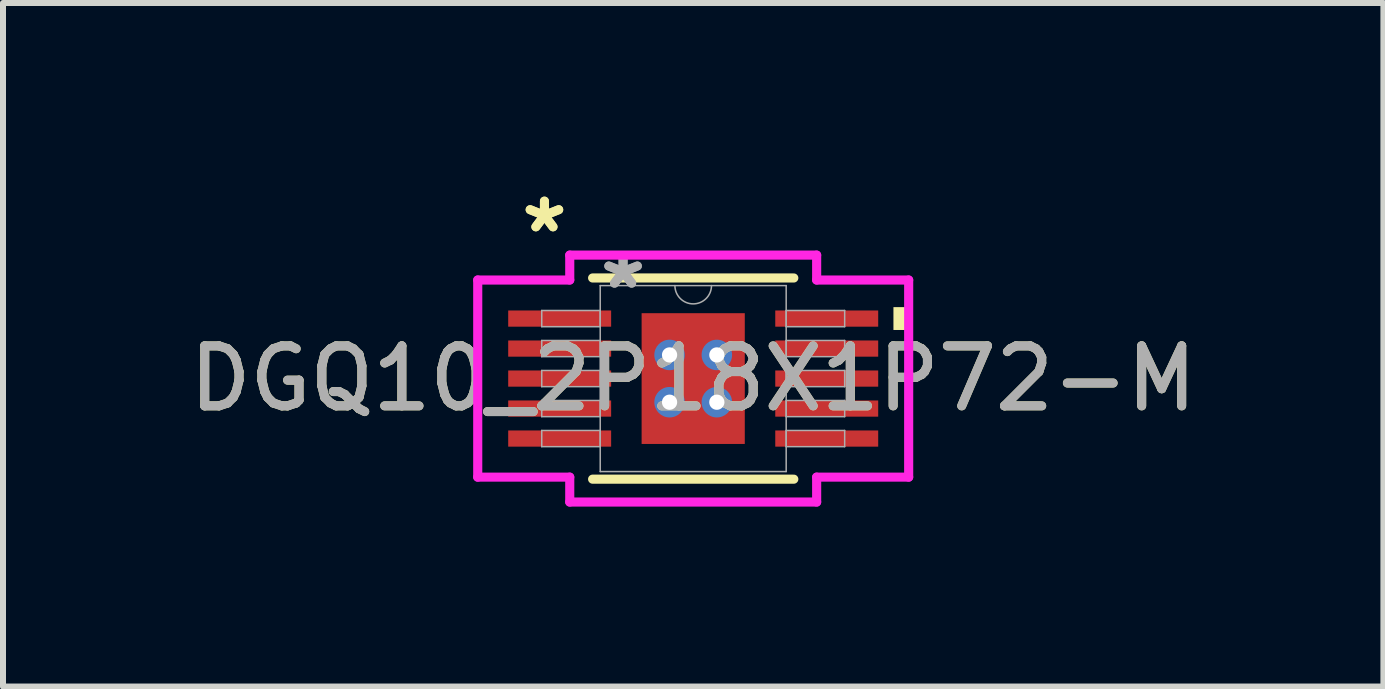
<source format=kicad_pcb>
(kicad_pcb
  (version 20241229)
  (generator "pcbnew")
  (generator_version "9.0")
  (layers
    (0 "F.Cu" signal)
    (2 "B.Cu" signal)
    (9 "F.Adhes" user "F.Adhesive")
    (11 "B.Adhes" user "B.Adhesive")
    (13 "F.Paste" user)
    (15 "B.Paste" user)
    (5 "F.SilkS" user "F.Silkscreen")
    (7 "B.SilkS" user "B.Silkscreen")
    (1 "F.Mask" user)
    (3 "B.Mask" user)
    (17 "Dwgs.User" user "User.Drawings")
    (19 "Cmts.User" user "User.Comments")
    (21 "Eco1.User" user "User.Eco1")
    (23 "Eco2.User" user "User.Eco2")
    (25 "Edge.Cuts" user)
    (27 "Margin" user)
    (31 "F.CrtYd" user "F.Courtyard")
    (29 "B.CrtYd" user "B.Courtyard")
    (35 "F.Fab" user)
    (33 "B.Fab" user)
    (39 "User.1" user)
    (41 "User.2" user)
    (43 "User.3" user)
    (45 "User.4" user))
  (footprint "DGQ10_2P18X1P72-M"
    (layer "F.Cu")
    (at 8.506 3.261)
    (property "Reference" "DGQ10_2P18X1P72-M" (at 0 0 0) (unlocked yes) (layer "F.SilkS") (effects (font (size 1 1) (thickness 0.15))))
    (attr smd)
    (fp_poly (pts (xy -0.923 -1.153) (xy -0.594 -1.153) (xy -0.594 1.153) (xy -0.923 1.153)) (stroke (width 0) (type solid)) (fill yes) (layer "F.Mask"))
    (fp_poly (pts (xy -0.923 -1.153) (xy 0.923 -1.153) (xy 0.923 -0.594) (xy -0.923 -0.594)) (stroke (width 0) (type solid)) (fill yes) (layer "F.Mask"))
    (fp_poly (pts (xy -0.923 -0.194) (xy 0.923 -0.194) (xy 0.923 0.194) (xy -0.923 0.194)) (stroke (width 0) (type solid)) (fill yes) (layer "F.Mask"))
    (fp_poly (pts (xy -0.923 0.594) (xy 0.923 0.594) (xy 0.923 1.153) (xy -0.923 1.153)) (stroke (width 0) (type solid)) (fill yes) (layer "F.Mask"))
    (fp_poly (pts (xy 0.194 -1.153) (xy -0.194 -1.153) (xy -0.194 1.153) (xy 0.194 1.153)) (stroke (width 0) (type solid)) (fill yes) (layer "F.Mask"))
    (fp_poly (pts (xy 0.594 -1.153) (xy 0.923 -1.153) (xy 0.923 1.153) (xy 0.594 1.153)) (stroke (width 0) (type solid)) (fill yes) (layer "F.Mask"))
    (fp_line (start -1.677 1.677) (end 1.677 1.677) (stroke (width 0.152) (type solid)) (layer "F.SilkS"))
    (fp_line (start 1.677 -1.677) (end -1.677 -1.677) (stroke (width 0.152) (type solid)) (layer "F.SilkS"))
    (fp_poly (pts (xy 3.592 -1.191) (xy 3.592 -0.81) (xy 3.338 -0.81) (xy 3.338 -1.191)) (stroke (width 0) (type solid)) (fill yes) (layer "F.SilkS"))
    (fp_poly (pts (xy -0.785 -1.015) (xy -0.785 -0.494) (xy -0.635 -0.494) (xy -0.494 -0.635) (xy -0.494 -1.015)) (stroke (width 0) (type solid)) (fill yes) (layer "F.Paste"))
    (fp_poly (pts (xy -0.785 0.494) (xy -0.785 1.015) (xy -0.494 1.015) (xy -0.494 0.635) (xy -0.635 0.494)) (stroke (width 0) (type solid)) (fill yes) (layer "F.Paste"))
    (fp_poly (pts (xy 0.494 -1.015) (xy 0.494 -0.635) (xy 0.635 -0.494) (xy 0.785 -0.494) (xy 0.785 -1.015)) (stroke (width 0) (type solid)) (fill yes) (layer "F.Paste"))
    (fp_poly (pts (xy 0.635 0.494) (xy 0.494 0.635) (xy 0.494 1.015) (xy 0.785 1.015) (xy 0.785 0.494)) (stroke (width 0) (type solid)) (fill yes) (layer "F.Paste"))
    (fp_poly (pts (xy -0.785 -0.294) (xy -0.785 0.294) (xy -0.635 0.294) (xy -0.494 0.152) (xy -0.494 -0.152) (xy -0.635 -0.294)) (stroke (width 0) (type solid)) (fill yes) (layer "F.Paste"))
    (fp_poly (pts (xy -0.294 -1.015) (xy -0.294 -0.635) (xy -0.152 -0.494) (xy 0.152 -0.494) (xy 0.294 -0.635) (xy 0.294 -1.015)) (stroke (width 0) (type solid)) (fill yes) (layer "F.Paste"))
    (fp_poly (pts (xy -0.152 0.494) (xy -0.294 0.635) (xy -0.294 1.015) (xy 0.294 1.015) (xy 0.294 0.635) (xy 0.152 0.494)) (stroke (width 0) (type solid)) (fill yes) (layer "F.Paste"))
    (fp_poly (pts (xy 0.635 -0.294) (xy 0.494 -0.152) (xy 0.494 0.152) (xy 0.635 0.294) (xy 0.785 0.294) (xy 0.785 -0.294)) (stroke (width 0) (type solid)) (fill yes) (layer "F.Paste"))
    (fp_poly (pts (xy -0.152 -0.294) (xy -0.294 -0.152) (xy -0.294 0.152) (xy -0.152 0.294) (xy 0.152 0.294) (xy 0.294 0.152) (xy 0.294 -0.152) (xy 0.152 -0.294)) (stroke (width 0) (type solid)) (fill yes) (layer "F.Paste"))
    (fp_line (start -3.592 -1.643) (end -2.058 -1.643) (stroke (width 0.152) (type solid)) (layer "F.CrtYd"))
    (fp_line (start -3.592 1.643) (end -3.592 -1.643) (stroke (width 0.152) (type solid)) (layer "F.CrtYd"))
    (fp_line (start -3.592 1.643) (end -2.058 1.643) (stroke (width 0.152) (type solid)) (layer "F.CrtYd"))
    (fp_line (start -2.058 -2.058) (end 2.058 -2.058) (stroke (width 0.152) (type solid)) (layer "F.CrtYd"))
    (fp_line (start -2.058 -1.643) (end -2.058 -2.058) (stroke (width 0.152) (type solid)) (layer "F.CrtYd"))
    (fp_line (start -2.058 2.058) (end -2.058 1.643) (stroke (width 0.152) (type solid)) (layer "F.CrtYd"))
    (fp_line (start 2.058 -2.058) (end 2.058 -1.643) (stroke (width 0.152) (type solid)) (layer "F.CrtYd"))
    (fp_line (start 2.058 1.643) (end 2.058 2.058) (stroke (width 0.152) (type solid)) (layer "F.CrtYd"))
    (fp_line (start 2.058 2.058) (end -2.058 2.058) (stroke (width 0.152) (type solid)) (layer "F.CrtYd"))
    (fp_line (start 3.592 -1.643) (end 2.058 -1.643) (stroke (width 0.152) (type solid)) (layer "F.CrtYd"))
    (fp_line (start 3.592 -1.643) (end 3.592 1.643) (stroke (width 0.152) (type solid)) (layer "F.CrtYd"))
    (fp_line (start 3.592 1.643) (end 2.058 1.643) (stroke (width 0.152) (type solid)) (layer "F.CrtYd"))
    (fp_line (start -2.525 -1.135) (end -2.525 -0.865) (stroke (width 0.025) (type solid)) (layer "F.Fab"))
    (fp_line (start -2.525 -0.865) (end -1.55 -0.865) (stroke (width 0.025) (type solid)) (layer "F.Fab"))
    (fp_line (start -2.525 -0.635) (end -2.525 -0.365) (stroke (width 0.025) (type solid)) (layer "F.Fab"))
    (fp_line (start -2.525 -0.365) (end -1.55 -0.365) (stroke (width 0.025) (type solid)) (layer "F.Fab"))
    (fp_line (start -2.525 -0.135) (end -2.525 0.135) (stroke (width 0.025) (type solid)) (layer "F.Fab"))
    (fp_line (start -2.525 0.135) (end -1.55 0.135) (stroke (width 0.025) (type solid)) (layer "F.Fab"))
    (fp_line (start -2.525 0.365) (end -2.525 0.635) (stroke (width 0.025) (type solid)) (layer "F.Fab"))
    (fp_line (start -2.525 0.635) (end -1.55 0.635) (stroke (width 0.025) (type solid)) (layer "F.Fab"))
    (fp_line (start -2.525 0.865) (end -2.525 1.135) (stroke (width 0.025) (type solid)) (layer "F.Fab"))
    (fp_line (start -2.525 1.135) (end -1.55 1.135) (stroke (width 0.025) (type solid)) (layer "F.Fab"))
    (fp_line (start -1.55 -1.55) (end -1.55 1.55) (stroke (width 0.025) (type solid)) (layer "F.Fab"))
    (fp_line (start -1.55 -1.135) (end -2.525 -1.135) (stroke (width 0.025) (type solid)) (layer "F.Fab"))
    (fp_line (start -1.55 -0.865) (end -1.55 -1.135) (stroke (width 0.025) (type solid)) (layer "F.Fab"))
    (fp_line (start -1.55 -0.635) (end -2.525 -0.635) (stroke (width 0.025) (type solid)) (layer "F.Fab"))
    (fp_line (start -1.55 -0.365) (end -1.55 -0.635) (stroke (width 0.025) (type solid)) (layer "F.Fab"))
    (fp_line (start -1.55 -0.135) (end -2.525 -0.135) (stroke (width 0.025) (type solid)) (layer "F.Fab"))
    (fp_line (start -1.55 0.135) (end -1.55 -0.135) (stroke (width 0.025) (type solid)) (layer "F.Fab"))
    (fp_line (start -1.55 0.365) (end -2.525 0.365) (stroke (width 0.025) (type solid)) (layer "F.Fab"))
    (fp_line (start -1.55 0.635) (end -1.55 0.365) (stroke (width 0.025) (type solid)) (layer "F.Fab"))
    (fp_line (start -1.55 0.865) (end -2.525 0.865) (stroke (width 0.025) (type solid)) (layer "F.Fab"))
    (fp_line (start -1.55 1.135) (end -1.55 0.865) (stroke (width 0.025) (type solid)) (layer "F.Fab"))
    (fp_line (start -1.55 1.55) (end 1.55 1.55) (stroke (width 0.025) (type solid)) (layer "F.Fab"))
    (fp_line (start 1.55 -1.55) (end -1.55 -1.55) (stroke (width 0.025) (type solid)) (layer "F.Fab"))
    (fp_line (start 1.55 -1.135) (end 1.55 -0.865) (stroke (width 0.025) (type solid)) (layer "F.Fab"))
    (fp_line (start 1.55 -0.865) (end 2.525 -0.865) (stroke (width 0.025) (type solid)) (layer "F.Fab"))
    (fp_line (start 1.55 -0.635) (end 1.55 -0.365) (stroke (width 0.025) (type solid)) (layer "F.Fab"))
    (fp_line (start 1.55 -0.365) (end 2.525 -0.365) (stroke (width 0.025) (type solid)) (layer "F.Fab"))
    (fp_line (start 1.55 -0.135) (end 1.55 0.135) (stroke (width 0.025) (type solid)) (layer "F.Fab"))
    (fp_line (start 1.55 0.135) (end 2.525 0.135) (stroke (width 0.025) (type solid)) (layer "F.Fab"))
    (fp_line (start 1.55 0.365) (end 1.55 0.635) (stroke (width 0.025) (type solid)) (layer "F.Fab"))
    (fp_line (start 1.55 0.635) (end 2.525 0.635) (stroke (width 0.025) (type solid)) (layer "F.Fab"))
    (fp_line (start 1.55 0.865) (end 1.55 1.135) (stroke (width 0.025) (type solid)) (layer "F.Fab"))
    (fp_line (start 1.55 1.135) (end 2.525 1.135) (stroke (width 0.025) (type solid)) (layer "F.Fab"))
    (fp_line (start 1.55 1.55) (end 1.55 -1.55) (stroke (width 0.025) (type solid)) (layer "F.Fab"))
    (fp_line (start 2.525 -1.135) (end 1.55 -1.135) (stroke (width 0.025) (type solid)) (layer "F.Fab"))
    (fp_line (start 2.525 -0.865) (end 2.525 -1.135) (stroke (width 0.025) (type solid)) (layer "F.Fab"))
    (fp_line (start 2.525 -0.635) (end 1.55 -0.635) (stroke (width 0.025) (type solid)) (layer "F.Fab"))
    (fp_line (start 2.525 -0.365) (end 2.525 -0.635) (stroke (width 0.025) (type solid)) (layer "F.Fab"))
    (fp_line (start 2.525 -0.135) (end 1.55 -0.135) (stroke (width 0.025) (type solid)) (layer "F.Fab"))
    (fp_line (start 2.525 0.135) (end 2.525 -0.135) (stroke (width 0.025) (type solid)) (layer "F.Fab"))
    (fp_line (start 2.525 0.365) (end 1.55 0.365) (stroke (width 0.025) (type solid)) (layer "F.Fab"))
    (fp_line (start 2.525 0.635) (end 2.525 0.365) (stroke (width 0.025) (type solid)) (layer "F.Fab"))
    (fp_line (start 2.525 0.865) (end 1.55 0.865) (stroke (width 0.025) (type solid)) (layer "F.Fab"))
    (fp_line (start 2.525 1.135) (end 2.525 0.865) (stroke (width 0.025) (type solid)) (layer "F.Fab"))
    (fp_arc (start 0.3048 -1.549999) (mid 0 -1.245199) (end -0.3048 -1.549999) (stroke (width 0.0254) (type solid)) (layer "F.Fab"))
    (fp_text user "*" (at -2.48 -2.413 0) (unlocked yes) (layer "F.SilkS") (effects (font (size 1 1) (thickness 0.15))))
    (fp_text user "*" (at -2.48 -2.413 0) (layer "F.SilkS") (effects (font (size 1 1) (thickness 0.15))))
    (fp_text user "${REFERENCE}" (at 0 0 0) (unlocked yes) (layer "F.Fab") (effects (font (size 1 1) (thickness 0.15))))
    (fp_text user "*" (at -1.169 -1.474 0) (unlocked yes) (layer "F.Fab") (effects (font (size 1 1) (thickness 0.15))))
    (fp_text user "*" (at -1.169 -1.474 0) (layer "F.Fab") (effects (font (size 1 1) (thickness 0.15))))
    (pad "1" smd rect (at -2.226 -1) (size 1.716 0.27) (layers "F.Cu" "F.Mask" "F.Paste"))
    (pad "2" smd rect (at -2.226 -0.5) (size 1.716 0.27) (layers "F.Cu" "F.Mask" "F.Paste"))
    (pad "3" smd rect (at -2.226 0) (size 1.716 0.27) (layers "F.Cu" "F.Mask" "F.Paste"))
    (pad "4" smd rect (at -2.226 0.5) (size 1.716 0.27) (layers "F.Cu" "F.Mask" "F.Paste"))
    (pad "5" smd rect (at -2.226 1) (size 1.716 0.27) (layers "F.Cu" "F.Mask" "F.Paste"))
    (pad "6" smd rect (at 2.226 1) (size 1.716 0.27) (layers "F.Cu" "F.Mask" "F.Paste"))
    (pad "7" smd rect (at 2.226 0.5) (size 1.716 0.27) (layers "F.Cu" "F.Mask" "F.Paste"))
    (pad "8" smd rect (at 2.226 0) (size 1.716 0.27) (layers "F.Cu" "F.Mask" "F.Paste"))
    (pad "9" smd rect (at 2.226 -0.5) (size 1.716 0.27) (layers "F.Cu" "F.Mask" "F.Paste"))
    (pad "10" smd rect (at 2.226 -1) (size 1.716 0.27) (layers "F.Cu" "F.Mask" "F.Paste"))
    (pad "EPAD" smd rect (at 0 0) (size 1.72 2.18) (layers "F.Cu"))
    (pad "V" thru_hole circle (at -0.394 -0.394) (size 0.508 0.508) (drill 0.254) (layers "*.Cu" "*.Mask"))
    (pad "V" thru_hole circle (at -0.394 0.394) (size 0.508 0.508) (drill 0.254) (layers "*.Cu" "*.Mask"))
    (pad "V" thru_hole circle (at 0.394 -0.394) (size 0.508 0.508) (drill 0.254) (layers "*.Cu" "*.Mask"))
    (pad "V" thru_hole circle (at 0.394 0.394) (size 0.508 0.508) (drill 0.254) (layers "*.Cu" "*.Mask")))
  (gr_rect
    (start -3 -3)
    (end 20.012 8.395)
    (stroke (width 0.1) (type default))
    (fill no)
    (layer "Edge.Cuts")))
</source>
